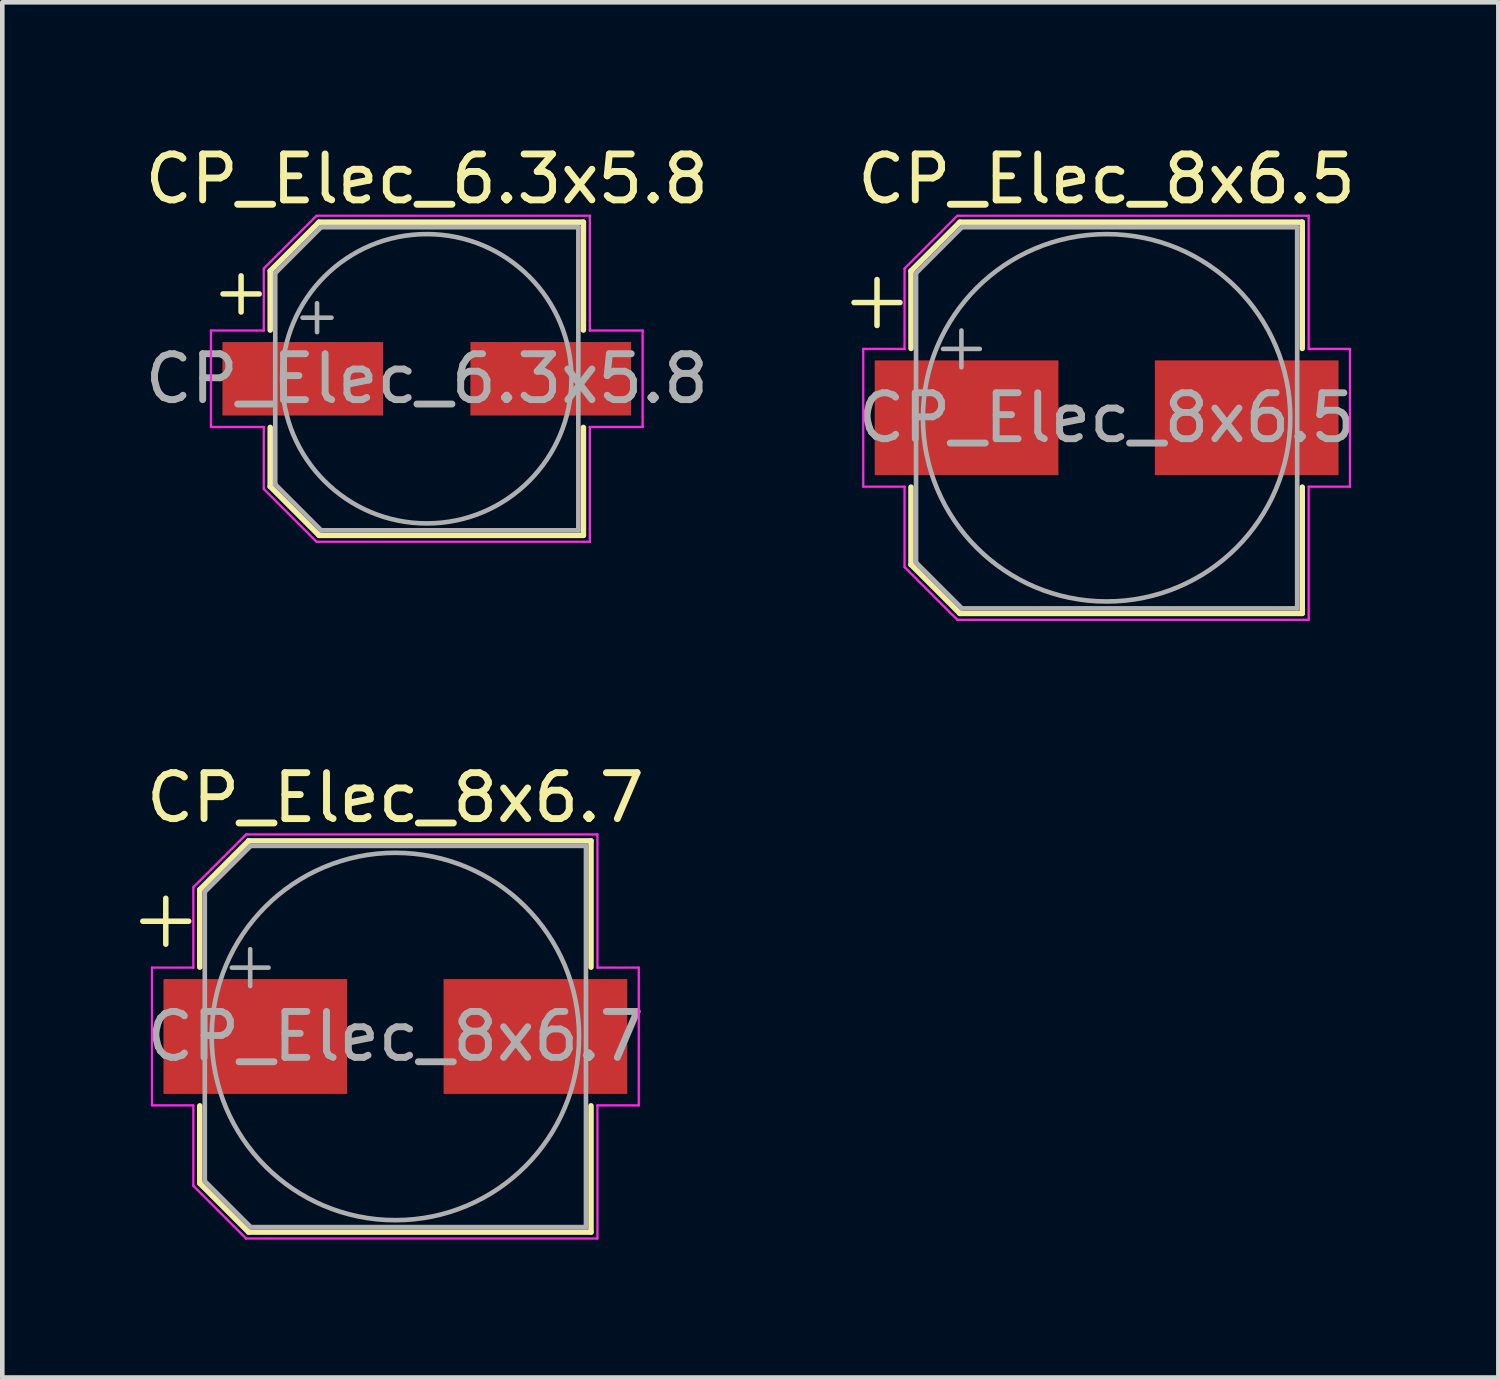
<source format=kicad_pcb>
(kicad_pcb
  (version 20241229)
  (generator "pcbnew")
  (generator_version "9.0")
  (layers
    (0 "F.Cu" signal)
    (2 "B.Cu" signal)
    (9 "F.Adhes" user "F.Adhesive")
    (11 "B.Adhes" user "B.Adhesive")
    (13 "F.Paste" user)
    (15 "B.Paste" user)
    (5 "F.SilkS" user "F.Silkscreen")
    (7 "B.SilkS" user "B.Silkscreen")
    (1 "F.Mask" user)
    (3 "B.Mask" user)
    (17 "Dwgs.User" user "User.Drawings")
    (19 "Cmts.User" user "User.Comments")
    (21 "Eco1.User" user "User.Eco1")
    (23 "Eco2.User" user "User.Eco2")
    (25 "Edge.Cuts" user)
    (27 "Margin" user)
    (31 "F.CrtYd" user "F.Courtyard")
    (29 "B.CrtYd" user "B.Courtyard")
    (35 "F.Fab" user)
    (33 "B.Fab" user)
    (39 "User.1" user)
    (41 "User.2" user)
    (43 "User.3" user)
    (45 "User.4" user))
  (footprint "CP_Elec_8x6.5"
    (layer "F.Cu")
    (at 21.048 6.048)
    (property "Reference" "CP_Elec_8x6.5" (at 0 -5.2 0) (layer "F.SilkS") (effects (font (size 1 1) (thickness 0.15))))
    (attr smd)
    (fp_line (start -5.5 -2.51) (end -4.5 -2.51) (stroke (width 0.12) (type solid)) (layer "F.SilkS"))
    (fp_line (start -5 -3.01) (end -5 -2.01) (stroke (width 0.12) (type solid)) (layer "F.SilkS"))
    (fp_line (start -4.26 -3.196) (end -4.26 -1.51) (stroke (width 0.12) (type solid)) (layer "F.SilkS"))
    (fp_line (start -4.26 -3.196) (end -3.196 -4.26) (stroke (width 0.12) (type solid)) (layer "F.SilkS"))
    (fp_line (start -4.26 3.196) (end -4.26 1.51) (stroke (width 0.12) (type solid)) (layer "F.SilkS"))
    (fp_line (start -4.26 3.196) (end -3.196 4.26) (stroke (width 0.12) (type solid)) (layer "F.SilkS"))
    (fp_line (start -3.196 -4.26) (end 4.26 -4.26) (stroke (width 0.12) (type solid)) (layer "F.SilkS"))
    (fp_line (start -3.196 4.26) (end 4.26 4.26) (stroke (width 0.12) (type solid)) (layer "F.SilkS"))
    (fp_line (start 4.26 -4.26) (end 4.26 -1.51) (stroke (width 0.12) (type solid)) (layer "F.SilkS"))
    (fp_line (start 4.26 4.26) (end 4.26 1.51) (stroke (width 0.12) (type solid)) (layer "F.SilkS"))
    (fp_line (start -5.3 -1.5) (end -5.3 1.5) (stroke (width 0.05) (type solid)) (layer "F.CrtYd"))
    (fp_line (start -5.3 1.5) (end -4.4 1.5) (stroke (width 0.05) (type solid)) (layer "F.CrtYd"))
    (fp_line (start -4.4 -3.25) (end -4.4 -1.5) (stroke (width 0.05) (type solid)) (layer "F.CrtYd"))
    (fp_line (start -4.4 -3.25) (end -3.25 -4.4) (stroke (width 0.05) (type solid)) (layer "F.CrtYd"))
    (fp_line (start -4.4 -1.5) (end -5.3 -1.5) (stroke (width 0.05) (type solid)) (layer "F.CrtYd"))
    (fp_line (start -4.4 1.5) (end -4.4 3.25) (stroke (width 0.05) (type solid)) (layer "F.CrtYd"))
    (fp_line (start -4.4 3.25) (end -3.25 4.4) (stroke (width 0.05) (type solid)) (layer "F.CrtYd"))
    (fp_line (start -3.25 -4.4) (end 4.4 -4.4) (stroke (width 0.05) (type solid)) (layer "F.CrtYd"))
    (fp_line (start -3.25 4.4) (end 4.4 4.4) (stroke (width 0.05) (type solid)) (layer "F.CrtYd"))
    (fp_line (start 4.4 -4.4) (end 4.4 -1.5) (stroke (width 0.05) (type solid)) (layer "F.CrtYd"))
    (fp_line (start 4.4 -1.5) (end 5.3 -1.5) (stroke (width 0.05) (type solid)) (layer "F.CrtYd"))
    (fp_line (start 4.4 1.5) (end 4.4 4.4) (stroke (width 0.05) (type solid)) (layer "F.CrtYd"))
    (fp_line (start 5.3 -1.5) (end 5.3 1.5) (stroke (width 0.05) (type solid)) (layer "F.CrtYd"))
    (fp_line (start 5.3 1.5) (end 4.4 1.5) (stroke (width 0.05) (type solid)) (layer "F.CrtYd"))
    (fp_line (start -4.15 -3.15) (end -4.15 3.15) (stroke (width 0.1) (type solid)) (layer "F.Fab"))
    (fp_line (start -4.15 -3.15) (end -3.15 -4.15) (stroke (width 0.1) (type solid)) (layer "F.Fab"))
    (fp_line (start -4.15 3.15) (end -3.15 4.15) (stroke (width 0.1) (type solid)) (layer "F.Fab"))
    (fp_line (start -3.562 -1.5) (end -2.762 -1.5) (stroke (width 0.1) (type solid)) (layer "F.Fab"))
    (fp_line (start -3.162 -1.9) (end -3.162 -1.1) (stroke (width 0.1) (type solid)) (layer "F.Fab"))
    (fp_line (start -3.15 -4.15) (end 4.15 -4.15) (stroke (width 0.1) (type solid)) (layer "F.Fab"))
    (fp_line (start -3.15 4.15) (end 4.15 4.15) (stroke (width 0.1) (type solid)) (layer "F.Fab"))
    (fp_line (start 4.15 -4.15) (end 4.15 4.15) (stroke (width 0.1) (type solid)) (layer "F.Fab"))
    (fp_circle (center 0 0) (end 4 0) (stroke (width 0.1) (type solid)) (fill no) (layer "F.Fab"))
    (fp_text user "${REFERENCE}" (at 0 0 0) (layer "F.Fab") (effects (font (size 1 1) (thickness 0.15))))
    (pad "1" smd rect (at -3.05 0) (size 4 2.5) (layers "F.Cu" "F.Mask" "F.Paste"))
    (pad "2" smd rect (at 3.05 0) (size 4 2.5) (layers "F.Cu" "F.Mask" "F.Paste")))
  (footprint "CP_Elec_8x6.7"
    (layer "F.Cu")
    (at 5.56 19.521)
    (property "Reference" "CP_Elec_8x6.7" (at 0 -5.2 0) (layer "F.SilkS") (effects (font (size 1 1) (thickness 0.15))))
    (attr smd)
    (fp_line (start -5.5 -2.51) (end -4.5 -2.51) (stroke (width 0.12) (type solid)) (layer "F.SilkS"))
    (fp_line (start -5 -3.01) (end -5 -2.01) (stroke (width 0.12) (type solid)) (layer "F.SilkS"))
    (fp_line (start -4.26 -3.196) (end -4.26 -1.51) (stroke (width 0.12) (type solid)) (layer "F.SilkS"))
    (fp_line (start -4.26 -3.196) (end -3.196 -4.26) (stroke (width 0.12) (type solid)) (layer "F.SilkS"))
    (fp_line (start -4.26 3.196) (end -4.26 1.51) (stroke (width 0.12) (type solid)) (layer "F.SilkS"))
    (fp_line (start -4.26 3.196) (end -3.196 4.26) (stroke (width 0.12) (type solid)) (layer "F.SilkS"))
    (fp_line (start -3.196 -4.26) (end 4.26 -4.26) (stroke (width 0.12) (type solid)) (layer "F.SilkS"))
    (fp_line (start -3.196 4.26) (end 4.26 4.26) (stroke (width 0.12) (type solid)) (layer "F.SilkS"))
    (fp_line (start 4.26 -4.26) (end 4.26 -1.51) (stroke (width 0.12) (type solid)) (layer "F.SilkS"))
    (fp_line (start 4.26 4.26) (end 4.26 1.51) (stroke (width 0.12) (type solid)) (layer "F.SilkS"))
    (fp_line (start -5.3 -1.5) (end -5.3 1.5) (stroke (width 0.05) (type solid)) (layer "F.CrtYd"))
    (fp_line (start -5.3 1.5) (end -4.4 1.5) (stroke (width 0.05) (type solid)) (layer "F.CrtYd"))
    (fp_line (start -4.4 -3.25) (end -4.4 -1.5) (stroke (width 0.05) (type solid)) (layer "F.CrtYd"))
    (fp_line (start -4.4 -3.25) (end -3.25 -4.4) (stroke (width 0.05) (type solid)) (layer "F.CrtYd"))
    (fp_line (start -4.4 -1.5) (end -5.3 -1.5) (stroke (width 0.05) (type solid)) (layer "F.CrtYd"))
    (fp_line (start -4.4 1.5) (end -4.4 3.25) (stroke (width 0.05) (type solid)) (layer "F.CrtYd"))
    (fp_line (start -4.4 3.25) (end -3.25 4.4) (stroke (width 0.05) (type solid)) (layer "F.CrtYd"))
    (fp_line (start -3.25 -4.4) (end 4.4 -4.4) (stroke (width 0.05) (type solid)) (layer "F.CrtYd"))
    (fp_line (start -3.25 4.4) (end 4.4 4.4) (stroke (width 0.05) (type solid)) (layer "F.CrtYd"))
    (fp_line (start 4.4 -4.4) (end 4.4 -1.5) (stroke (width 0.05) (type solid)) (layer "F.CrtYd"))
    (fp_line (start 4.4 -1.5) (end 5.3 -1.5) (stroke (width 0.05) (type solid)) (layer "F.CrtYd"))
    (fp_line (start 4.4 1.5) (end 4.4 4.4) (stroke (width 0.05) (type solid)) (layer "F.CrtYd"))
    (fp_line (start 5.3 -1.5) (end 5.3 1.5) (stroke (width 0.05) (type solid)) (layer "F.CrtYd"))
    (fp_line (start 5.3 1.5) (end 4.4 1.5) (stroke (width 0.05) (type solid)) (layer "F.CrtYd"))
    (fp_line (start -4.15 -3.15) (end -4.15 3.15) (stroke (width 0.1) (type solid)) (layer "F.Fab"))
    (fp_line (start -4.15 -3.15) (end -3.15 -4.15) (stroke (width 0.1) (type solid)) (layer "F.Fab"))
    (fp_line (start -4.15 3.15) (end -3.15 4.15) (stroke (width 0.1) (type solid)) (layer "F.Fab"))
    (fp_line (start -3.562 -1.5) (end -2.762 -1.5) (stroke (width 0.1) (type solid)) (layer "F.Fab"))
    (fp_line (start -3.162 -1.9) (end -3.162 -1.1) (stroke (width 0.1) (type solid)) (layer "F.Fab"))
    (fp_line (start -3.15 -4.15) (end 4.15 -4.15) (stroke (width 0.1) (type solid)) (layer "F.Fab"))
    (fp_line (start -3.15 4.15) (end 4.15 4.15) (stroke (width 0.1) (type solid)) (layer "F.Fab"))
    (fp_line (start 4.15 -4.15) (end 4.15 4.15) (stroke (width 0.1) (type solid)) (layer "F.Fab"))
    (fp_circle (center 0 0) (end 4 0) (stroke (width 0.1) (type solid)) (fill no) (layer "F.Fab"))
    (fp_text user "${REFERENCE}" (at 0 0 0) (layer "F.Fab") (effects (font (size 1 1) (thickness 0.15))))
    (pad "1" smd rect (at -3.05 0) (size 4 2.5) (layers "F.Cu" "F.Mask" "F.Paste"))
    (pad "2" smd rect (at 3.05 0) (size 4 2.5) (layers "F.Cu" "F.Mask" "F.Paste")))
  (footprint "CP_Elec_6.3x5.8"
    (layer "F.Cu")
    (at 6.244 5.198)
    (property "Reference" "CP_Elec_6.3x5.8" (at 0 -4.35 0) (layer "F.SilkS") (effects (font (size 1 1) (thickness 0.15))))
    (attr smd)
    (fp_line (start -4.438 -1.847) (end -3.65 -1.847) (stroke (width 0.12) (type solid)) (layer "F.SilkS"))
    (fp_line (start -4.044 -2.241) (end -4.044 -1.454) (stroke (width 0.12) (type solid)) (layer "F.SilkS"))
    (fp_line (start -3.41 -2.346) (end -3.41 -1.06) (stroke (width 0.12) (type solid)) (layer "F.SilkS"))
    (fp_line (start -3.41 -2.346) (end -2.346 -3.41) (stroke (width 0.12) (type solid)) (layer "F.SilkS"))
    (fp_line (start -3.41 2.346) (end -3.41 1.06) (stroke (width 0.12) (type solid)) (layer "F.SilkS"))
    (fp_line (start -3.41 2.346) (end -2.346 3.41) (stroke (width 0.12) (type solid)) (layer "F.SilkS"))
    (fp_line (start -2.346 -3.41) (end 3.41 -3.41) (stroke (width 0.12) (type solid)) (layer "F.SilkS"))
    (fp_line (start -2.346 3.41) (end 3.41 3.41) (stroke (width 0.12) (type solid)) (layer "F.SilkS"))
    (fp_line (start 3.41 -3.41) (end 3.41 -1.06) (stroke (width 0.12) (type solid)) (layer "F.SilkS"))
    (fp_line (start 3.41 3.41) (end 3.41 1.06) (stroke (width 0.12) (type solid)) (layer "F.SilkS"))
    (fp_line (start -4.7 -1.05) (end -4.7 1.05) (stroke (width 0.05) (type solid)) (layer "F.CrtYd"))
    (fp_line (start -4.7 1.05) (end -3.55 1.05) (stroke (width 0.05) (type solid)) (layer "F.CrtYd"))
    (fp_line (start -3.55 -2.4) (end -3.55 -1.05) (stroke (width 0.05) (type solid)) (layer "F.CrtYd"))
    (fp_line (start -3.55 -2.4) (end -2.4 -3.55) (stroke (width 0.05) (type solid)) (layer "F.CrtYd"))
    (fp_line (start -3.55 -1.05) (end -4.7 -1.05) (stroke (width 0.05) (type solid)) (layer "F.CrtYd"))
    (fp_line (start -3.55 1.05) (end -3.55 2.4) (stroke (width 0.05) (type solid)) (layer "F.CrtYd"))
    (fp_line (start -3.55 2.4) (end -2.4 3.55) (stroke (width 0.05) (type solid)) (layer "F.CrtYd"))
    (fp_line (start -2.4 -3.55) (end 3.55 -3.55) (stroke (width 0.05) (type solid)) (layer "F.CrtYd"))
    (fp_line (start -2.4 3.55) (end 3.55 3.55) (stroke (width 0.05) (type solid)) (layer "F.CrtYd"))
    (fp_line (start 3.55 -3.55) (end 3.55 -1.05) (stroke (width 0.05) (type solid)) (layer "F.CrtYd"))
    (fp_line (start 3.55 -1.05) (end 4.7 -1.05) (stroke (width 0.05) (type solid)) (layer "F.CrtYd"))
    (fp_line (start 3.55 1.05) (end 3.55 3.55) (stroke (width 0.05) (type solid)) (layer "F.CrtYd"))
    (fp_line (start 4.7 -1.05) (end 4.7 1.05) (stroke (width 0.05) (type solid)) (layer "F.CrtYd"))
    (fp_line (start 4.7 1.05) (end 3.55 1.05) (stroke (width 0.05) (type solid)) (layer "F.CrtYd"))
    (fp_line (start -3.3 -2.3) (end -3.3 2.3) (stroke (width 0.1) (type solid)) (layer "F.Fab"))
    (fp_line (start -3.3 -2.3) (end -2.3 -3.3) (stroke (width 0.1) (type solid)) (layer "F.Fab"))
    (fp_line (start -3.3 2.3) (end -2.3 3.3) (stroke (width 0.1) (type solid)) (layer "F.Fab"))
    (fp_line (start -2.705 -1.33) (end -2.075 -1.33) (stroke (width 0.1) (type solid)) (layer "F.Fab"))
    (fp_line (start -2.39 -1.645) (end -2.39 -1.015) (stroke (width 0.1) (type solid)) (layer "F.Fab"))
    (fp_line (start -2.3 -3.3) (end 3.3 -3.3) (stroke (width 0.1) (type solid)) (layer "F.Fab"))
    (fp_line (start -2.3 3.3) (end 3.3 3.3) (stroke (width 0.1) (type solid)) (layer "F.Fab"))
    (fp_line (start 3.3 -3.3) (end 3.3 3.3) (stroke (width 0.1) (type solid)) (layer "F.Fab"))
    (fp_circle (center 0 0) (end 3.15 0) (stroke (width 0.1) (type solid)) (fill no) (layer "F.Fab"))
    (fp_text user "${REFERENCE}" (at 0 0 0) (layer "F.Fab") (effects (font (size 1 1) (thickness 0.15))))
    (pad "1" smd rect (at -2.7 0) (size 3.5 1.6) (layers "F.Cu" "F.Mask" "F.Paste"))
    (pad "2" smd rect (at 2.7 0) (size 3.5 1.6) (layers "F.Cu" "F.Mask" "F.Paste")))
  (gr_rect
    (start -3 -3)
    (end 29.578 26.947)
    (stroke (width 0.1) (type default))
    (fill no)
    (layer "Edge.Cuts")))
</source>
